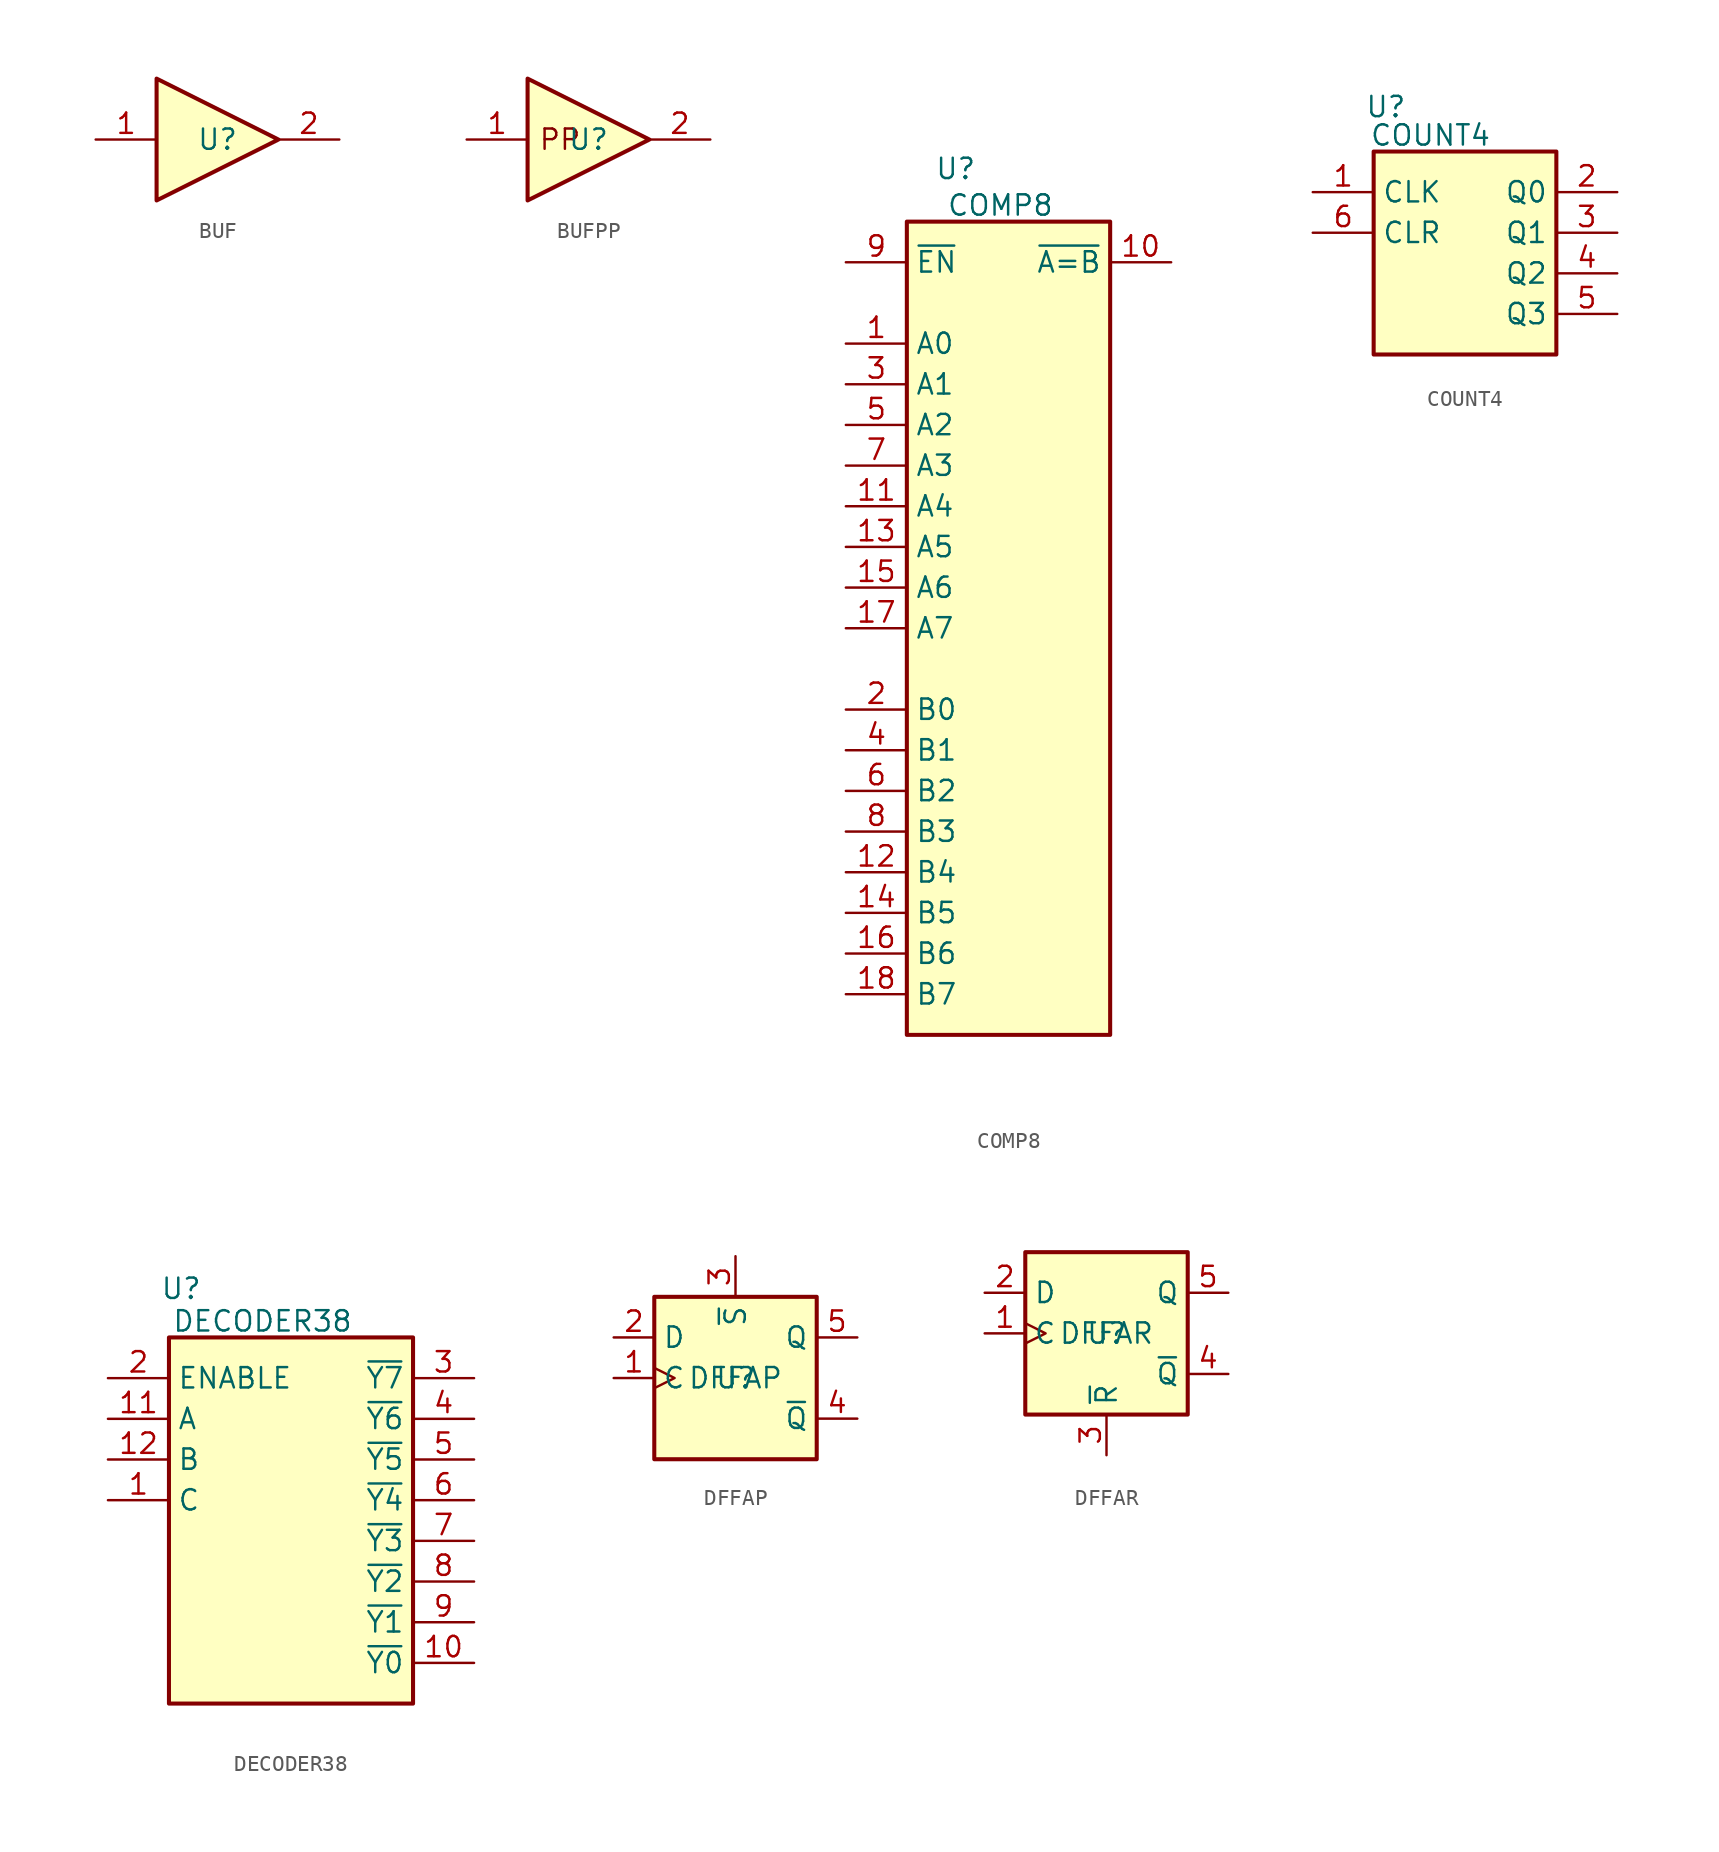
<source format=kicad_sym>
(kicad_symbol_lib
  (version 20231120)
  (generator "kicad_symbol_editor")
  (generator_version "8.0")
  (symbol "BUF"
    (property "Reference" "U"
      (at 0 0 0)
      (effects (font (size 1.27 1.27))))
    (symbol "BUF_1_0"
      (polyline (pts (xy -3.81 3.81) (xy -3.81 -3.81) (xy 3.81 0) (xy -3.81 3.81)) (stroke (width 0.254) (type default)) (fill (type background)))
      (pin input line (at -7.62 0 0) (length 3.81) (name "~" (effects (font (size 1.27 1.27)))) (number "1" (effects (font (size 1.27 1.27)))))
      (pin output line (at 7.62 0 180) (length 3.81) (name "~" (effects (font (size 1.27 1.27)))) (number "2" (effects (font (size 1.27 1.27)))))))
  (symbol "BUFPP"
    (property "Reference" "U"
      (at 0 0 0)
      (effects (font (size 1.27 1.27))))
    (symbol "BUFPP_1_0"
      (polyline (pts (xy -3.81 3.81) (xy -3.81 -3.81) (xy 3.81 0) (xy -3.81 3.81)) (stroke (width 0.254) (type default)) (fill (type background)))
      (pin input line (at -7.62 0 0) (length 3.81) (name "~" (effects (font (size 1.27 1.27)))) (number "1" (effects (font (size 1.27 1.27)))))
      (pin output line (at 7.62 0 180) (length 3.81) (name "~" (effects (font (size 1.27 1.27)))) (number "2" (effects (font (size 1.27 1.27))))))
    (symbol "BUFPP_1_1"
      (text "PP" (at -1.778 0 0) (effects (font (size 1.27 1.27))))))
  (symbol "COMP8"
    (property "Reference" "U"
      (at 3.048 3.302 0)
      (effects (font (size 1.27 1.27))))
    (property "Value" "COMP8"
      (at 5.842 1.016 0)
      (effects (font (size 1.27 1.27))))
    (symbol "COMP8_1_0"
      (pin input line (at -3.81 -7.62 0) (length 3.81) (name "A0" (effects (font (size 1.27 1.27)))) (number "1" (effects (font (size 1.27 1.27)))))
      (pin output line (at 16.51 -2.54 180) (length 3.81) (name "~{A=B}" (effects (font (size 1.27 1.27)))) (number "10" (effects (font (size 1.27 1.27)))))
      (pin input line (at -3.81 -17.78 0) (length 3.81) (name "A4" (effects (font (size 1.27 1.27)))) (number "11" (effects (font (size 1.27 1.27)))))
      (pin input line (at -3.81 -40.64 0) (length 3.81) (name "B4" (effects (font (size 1.27 1.27)))) (number "12" (effects (font (size 1.27 1.27)))))
      (pin input line (at -3.81 -20.32 0) (length 3.81) (name "A5" (effects (font (size 1.27 1.27)))) (number "13" (effects (font (size 1.27 1.27)))))
      (pin input line (at -3.81 -43.18 0) (length 3.81) (name "B5" (effects (font (size 1.27 1.27)))) (number "14" (effects (font (size 1.27 1.27)))))
      (pin input line (at -3.81 -22.86 0) (length 3.81) (name "A6" (effects (font (size 1.27 1.27)))) (number "15" (effects (font (size 1.27 1.27)))))
      (pin input line (at -3.81 -45.72 0) (length 3.81) (name "B6" (effects (font (size 1.27 1.27)))) (number "16" (effects (font (size 1.27 1.27)))))
      (pin input line (at -3.81 -25.4 0) (length 3.81) (name "A7" (effects (font (size 1.27 1.27)))) (number "17" (effects (font (size 1.27 1.27)))))
      (pin input line (at -3.81 -48.26 0) (length 3.81) (name "B7" (effects (font (size 1.27 1.27)))) (number "18" (effects (font (size 1.27 1.27)))))
      (pin input line (at -3.81 -30.48 0) (length 3.81) (name "B0" (effects (font (size 1.27 1.27)))) (number "2" (effects (font (size 1.27 1.27)))))
      (pin input line (at -3.81 -10.16 0) (length 3.81) (name "A1" (effects (font (size 1.27 1.27)))) (number "3" (effects (font (size 1.27 1.27)))))
      (pin input line (at -3.81 -33.02 0) (length 3.81) (name "B1" (effects (font (size 1.27 1.27)))) (number "4" (effects (font (size 1.27 1.27)))))
      (pin input line (at -3.81 -12.7 0) (length 3.81) (name "A2" (effects (font (size 1.27 1.27)))) (number "5" (effects (font (size 1.27 1.27)))))
      (pin input line (at -3.81 -35.56 0) (length 3.81) (name "B2" (effects (font (size 1.27 1.27)))) (number "6" (effects (font (size 1.27 1.27)))))
      (pin input line (at -3.81 -15.24 0) (length 3.81) (name "A3" (effects (font (size 1.27 1.27)))) (number "7" (effects (font (size 1.27 1.27)))))
      (pin input line (at -3.81 -38.1 0) (length 3.81) (name "B3" (effects (font (size 1.27 1.27)))) (number "8" (effects (font (size 1.27 1.27)))))
      (pin input line (at -3.81 -2.54 0) (length 3.81) (name "~{EN}" (effects (font (size 1.27 1.27)))) (number "9" (effects (font (size 1.27 1.27))))))
    (symbol "COMP8_1_1"
      (rectangle (start 0 0) (end 12.7 -50.8) (stroke (width 0.254) (type default)) (fill (type background)))))
  (symbol "COUNT4"
    (property "Reference" "U"
      (at 0.762 2.794 0)
      (effects (font (size 1.27 1.27))))
    (property "Value" "COUNT4"
      (at 3.556 1.016 0)
      (effects (font (size 1.27 1.27))))
    (symbol "COUNT4_1_0"
      (pin input line (at -3.81 -2.54 0) (length 3.81) (name "CLK" (effects (font (size 1.27 1.27)))) (number "1" (effects (font (size 1.27 1.27)))))
      (pin output line (at 15.24 -2.54 180) (length 3.81) (name "Q0" (effects (font (size 1.27 1.27)))) (number "2" (effects (font (size 1.27 1.27)))))
      (pin output line (at 15.24 -5.08 180) (length 3.81) (name "Q1" (effects (font (size 1.27 1.27)))) (number "3" (effects (font (size 1.27 1.27)))))
      (pin output line (at 15.24 -7.62 180) (length 3.81) (name "Q2" (effects (font (size 1.27 1.27)))) (number "4" (effects (font (size 1.27 1.27)))))
      (pin output line (at 15.24 -10.16 180) (length 3.81) (name "Q3" (effects (font (size 1.27 1.27)))) (number "5" (effects (font (size 1.27 1.27)))))
      (pin input line (at -3.81 -5.08 0) (length 3.81) (name "CLR" (effects (font (size 1.27 1.27)))) (number "6" (effects (font (size 1.27 1.27))))))
    (symbol "COUNT4_1_1"
      (rectangle (start 0 0) (end 11.43 -12.7) (stroke (width 0.254) (type default)) (fill (type background)))))
  (symbol "DECODER38"
    (property "Reference" "U"
      (at 0.762 3.048 0)
      (effects (font (size 1.27 1.27))))
    (property "Value" "DECODER38"
      (at 5.842 1.016 0)
      (effects (font (size 1.27 1.27))))
    (symbol "DECODER38_1_1"
      (rectangle (start 0 0) (end 15.24 -22.86) (stroke (width 0.254) (type default)) (fill (type background)))
      (pin input line (at -3.81 -10.16 0) (length 3.81) (name "C" (effects (font (size 1.27 1.27)))) (number "1" (effects (font (size 1.27 1.27)))))
      (pin output line (at 19.05 -20.32 180) (length 3.81) (name "~{Y0}" (effects (font (size 1.27 1.27)))) (number "10" (effects (font (size 1.27 1.27)))))
      (pin input line (at -3.81 -5.08 0) (length 3.81) (name "A" (effects (font (size 1.27 1.27)))) (number "11" (effects (font (size 1.27 1.27)))))
      (pin input line (at -3.81 -7.62 0) (length 3.81) (name "B" (effects (font (size 1.27 1.27)))) (number "12" (effects (font (size 1.27 1.27)))))
      (pin input line (at -3.81 -2.54 0) (length 3.81) (name "ENABLE" (effects (font (size 1.27 1.27)))) (number "2" (effects (font (size 1.27 1.27)))))
      (pin output line (at 19.05 -2.54 180) (length 3.81) (name "~{Y7}" (effects (font (size 1.27 1.27)))) (number "3" (effects (font (size 1.27 1.27)))))
      (pin output line (at 19.05 -5.08 180) (length 3.81) (name "~{Y6}" (effects (font (size 1.27 1.27)))) (number "4" (effects (font (size 1.27 1.27)))))
      (pin output line (at 19.05 -7.62 180) (length 3.81) (name "~{Y5}" (effects (font (size 1.27 1.27)))) (number "5" (effects (font (size 1.27 1.27)))))
      (pin output line (at 19.05 -10.16 180) (length 3.81) (name "~{Y4}" (effects (font (size 1.27 1.27)))) (number "6" (effects (font (size 1.27 1.27)))))
      (pin output line (at 19.05 -12.7 180) (length 3.81) (name "~{Y3}" (effects (font (size 1.27 1.27)))) (number "7" (effects (font (size 1.27 1.27)))))
      (pin output line (at 19.05 -15.24 180) (length 3.81) (name "~{Y2}" (effects (font (size 1.27 1.27)))) (number "8" (effects (font (size 1.27 1.27)))))
      (pin output line (at 19.05 -17.78 180) (length 3.81) (name "~{Y1}" (effects (font (size 1.27 1.27)))) (number "9" (effects (font (size 1.27 1.27)))))))
  (symbol "DFFAP"
    (property "Reference" "U"
      (at 0 0 0)
      (effects (font (size 1.27 1.27))))
    (property "Value" "DFFAP"
      (at 0 0 0)
      (effects (font (size 1.27 1.27))))
    (symbol "DFFAP_1_0"
      (pin input clock (at -7.62 0 0) (length 2.54) (name "C" (effects (font (size 1.27 1.27)))) (number "1" (effects (font (size 1.27 1.27)))))
      (pin input line (at -7.62 2.54 0) (length 2.54) (name "D" (effects (font (size 1.27 1.27)))) (number "2" (effects (font (size 1.27 1.27)))))
      (pin input line (at 0 7.62 270) (length 2.54) (name "~{S}" (effects (font (size 1.27 1.27)))) (number "3" (effects (font (size 1.27 1.27)))))
      (pin output line (at 7.62 -2.54 180) (length 2.54) (name "~{Q}" (effects (font (size 1.27 1.27)))) (number "4" (effects (font (size 1.27 1.27)))))
      (pin output line (at 7.62 2.54 180) (length 2.54) (name "Q" (effects (font (size 1.27 1.27)))) (number "5" (effects (font (size 1.27 1.27))))))
    (symbol "DFFAP_1_1"
      (rectangle (start -5.08 5.08) (end 5.08 -5.08) (stroke (width 0.254) (type default)) (fill (type background)))))
  (symbol "DFFAR"
    (property "Reference" "U"
      (at 0 0 0)
      (effects (font (size 1.27 1.27))))
    (property "Value" "DFFAR"
      (at 0 0 0)
      (effects (font (size 1.27 1.27))))
    (symbol "DFFAR_1_0"
      (pin input clock (at -7.62 0 0) (length 2.54) (name "C" (effects (font (size 1.27 1.27)))) (number "1" (effects (font (size 1.27 1.27)))))
      (pin input line (at -7.62 2.54 0) (length 2.54) (name "D" (effects (font (size 1.27 1.27)))) (number "2" (effects (font (size 1.27 1.27)))))
      (pin input line (at 0 -7.62 90) (length 2.54) (name "~{R}" (effects (font (size 1.27 1.27)))) (number "3" (effects (font (size 1.27 1.27)))))
      (pin output line (at 7.62 -2.54 180) (length 2.54) (name "~{Q}" (effects (font (size 1.27 1.27)))) (number "4" (effects (font (size 1.27 1.27)))))
      (pin output line (at 7.62 2.54 180) (length 2.54) (name "Q" (effects (font (size 1.27 1.27)))) (number "5" (effects (font (size 1.27 1.27))))))
    (symbol "DFFAR_1_1"
      (rectangle (start -5.08 5.08) (end 5.08 -5.08) (stroke (width 0.254) (type default)) (fill (type background))))))
</source>
